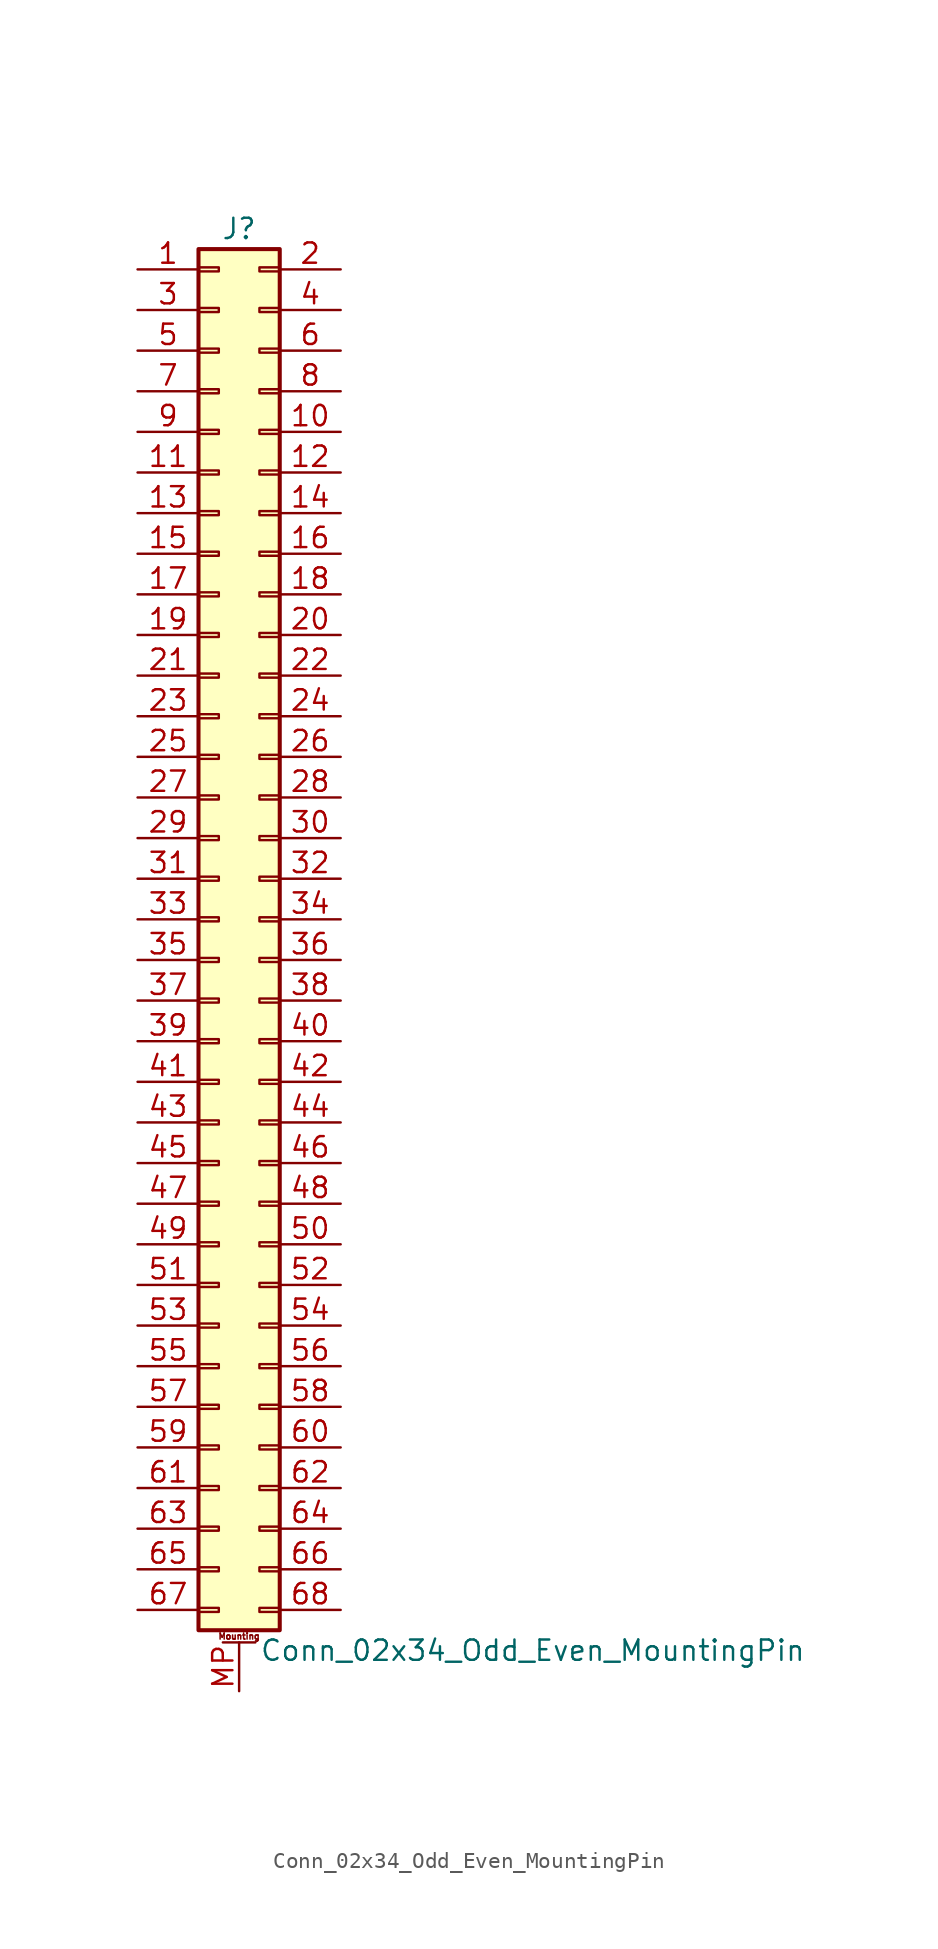
<source format=kicad_sym>
(kicad_symbol_lib
  (version 20211014)
  (generator kicad_symbol_editor)
  (symbol "Conn_02x34_Odd_Even_MountingPin"
    (pin_names
      (offset 1.016) hide)
    (property "Reference" "J"
      (at 1.27 43.18 0)
      (effects (font (size 1.27 1.27))))
    (property "Value" "Conn_02x34_Odd_Even_MountingPin"
      (at 2.54 -45.72 0)
      (effects (font (size 1.27 1.27)) (justify left)))
    (symbol "Conn_02x34_Odd_Even_MountingPin_1_1"
      (rectangle (start -1.27 -43.053) (end 0 -43.307) (stroke (width 0.152) (type default) (color 0 0 0 0)) (fill (type none)))
      (rectangle (start -1.27 -40.513) (end 0 -40.767) (stroke (width 0.152) (type default) (color 0 0 0 0)) (fill (type none)))
      (rectangle (start -1.27 -37.973) (end 0 -38.227) (stroke (width 0.152) (type default) (color 0 0 0 0)) (fill (type none)))
      (rectangle (start -1.27 -35.433) (end 0 -35.687) (stroke (width 0.152) (type default) (color 0 0 0 0)) (fill (type none)))
      (rectangle (start -1.27 -32.893) (end 0 -33.147) (stroke (width 0.152) (type default) (color 0 0 0 0)) (fill (type none)))
      (rectangle (start -1.27 -30.353) (end 0 -30.607) (stroke (width 0.152) (type default) (color 0 0 0 0)) (fill (type none)))
      (rectangle (start -1.27 -27.813) (end 0 -28.067) (stroke (width 0.152) (type default) (color 0 0 0 0)) (fill (type none)))
      (rectangle (start -1.27 -25.273) (end 0 -25.527) (stroke (width 0.152) (type default) (color 0 0 0 0)) (fill (type none)))
      (rectangle (start -1.27 -22.733) (end 0 -22.987) (stroke (width 0.152) (type default) (color 0 0 0 0)) (fill (type none)))
      (rectangle (start -1.27 -20.193) (end 0 -20.447) (stroke (width 0.152) (type default) (color 0 0 0 0)) (fill (type none)))
      (rectangle (start -1.27 -17.653) (end 0 -17.907) (stroke (width 0.152) (type default) (color 0 0 0 0)) (fill (type none)))
      (rectangle (start -1.27 -15.113) (end 0 -15.367) (stroke (width 0.152) (type default) (color 0 0 0 0)) (fill (type none)))
      (rectangle (start -1.27 -12.573) (end 0 -12.827) (stroke (width 0.152) (type default) (color 0 0 0 0)) (fill (type none)))
      (rectangle (start -1.27 -10.033) (end 0 -10.287) (stroke (width 0.152) (type default) (color 0 0 0 0)) (fill (type none)))
      (rectangle (start -1.27 -7.493) (end 0 -7.747) (stroke (width 0.152) (type default) (color 0 0 0 0)) (fill (type none)))
      (rectangle (start -1.27 -4.953) (end 0 -5.207) (stroke (width 0.152) (type default) (color 0 0 0 0)) (fill (type none)))
      (rectangle (start -1.27 -2.413) (end 0 -2.667) (stroke (width 0.152) (type default) (color 0 0 0 0)) (fill (type none)))
      (rectangle (start -1.27 0.127) (end 0 -0.127) (stroke (width 0.152) (type default) (color 0 0 0 0)) (fill (type none)))
      (rectangle (start -1.27 2.667) (end 0 2.413) (stroke (width 0.152) (type default) (color 0 0 0 0)) (fill (type none)))
      (rectangle (start -1.27 5.207) (end 0 4.953) (stroke (width 0.152) (type default) (color 0 0 0 0)) (fill (type none)))
      (rectangle (start -1.27 7.747) (end 0 7.493) (stroke (width 0.152) (type default) (color 0 0 0 0)) (fill (type none)))
      (rectangle (start -1.27 10.287) (end 0 10.033) (stroke (width 0.152) (type default) (color 0 0 0 0)) (fill (type none)))
      (rectangle (start -1.27 12.827) (end 0 12.573) (stroke (width 0.152) (type default) (color 0 0 0 0)) (fill (type none)))
      (rectangle (start -1.27 15.367) (end 0 15.113) (stroke (width 0.152) (type default) (color 0 0 0 0)) (fill (type none)))
      (rectangle (start -1.27 17.907) (end 0 17.653) (stroke (width 0.152) (type default) (color 0 0 0 0)) (fill (type none)))
      (rectangle (start -1.27 20.447) (end 0 20.193) (stroke (width 0.152) (type default) (color 0 0 0 0)) (fill (type none)))
      (rectangle (start -1.27 22.987) (end 0 22.733) (stroke (width 0.152) (type default) (color 0 0 0 0)) (fill (type none)))
      (rectangle (start -1.27 25.527) (end 0 25.273) (stroke (width 0.152) (type default) (color 0 0 0 0)) (fill (type none)))
      (rectangle (start -1.27 28.067) (end 0 27.813) (stroke (width 0.152) (type default) (color 0 0 0 0)) (fill (type none)))
      (rectangle (start -1.27 30.607) (end 0 30.353) (stroke (width 0.152) (type default) (color 0 0 0 0)) (fill (type none)))
      (rectangle (start -1.27 33.147) (end 0 32.893) (stroke (width 0.152) (type default) (color 0 0 0 0)) (fill (type none)))
      (rectangle (start -1.27 35.687) (end 0 35.433) (stroke (width 0.152) (type default) (color 0 0 0 0)) (fill (type none)))
      (rectangle (start -1.27 38.227) (end 0 37.973) (stroke (width 0.152) (type default) (color 0 0 0 0)) (fill (type none)))
      (rectangle (start -1.27 40.767) (end 0 40.513) (stroke (width 0.152) (type default) (color 0 0 0 0)) (fill (type none)))
      (rectangle (start -1.27 41.91) (end 3.81 -44.45) (stroke (width 0.254) (type default) (color 0 0 0 0)) (fill (type background)))
      (polyline (pts (xy 0.254 -45.212) (xy 2.286 -45.212)) (stroke (width 0.152) (type default) (color 0 0 0 0)) (fill (type none)))
      (rectangle (start 3.81 -43.053) (end 2.54 -43.307) (stroke (width 0.152) (type default) (color 0 0 0 0)) (fill (type none)))
      (rectangle (start 3.81 -40.513) (end 2.54 -40.767) (stroke (width 0.152) (type default) (color 0 0 0 0)) (fill (type none)))
      (rectangle (start 3.81 -37.973) (end 2.54 -38.227) (stroke (width 0.152) (type default) (color 0 0 0 0)) (fill (type none)))
      (rectangle (start 3.81 -35.433) (end 2.54 -35.687) (stroke (width 0.152) (type default) (color 0 0 0 0)) (fill (type none)))
      (rectangle (start 3.81 -32.893) (end 2.54 -33.147) (stroke (width 0.152) (type default) (color 0 0 0 0)) (fill (type none)))
      (rectangle (start 3.81 -30.353) (end 2.54 -30.607) (stroke (width 0.152) (type default) (color 0 0 0 0)) (fill (type none)))
      (rectangle (start 3.81 -27.813) (end 2.54 -28.067) (stroke (width 0.152) (type default) (color 0 0 0 0)) (fill (type none)))
      (rectangle (start 3.81 -25.273) (end 2.54 -25.527) (stroke (width 0.152) (type default) (color 0 0 0 0)) (fill (type none)))
      (rectangle (start 3.81 -22.733) (end 2.54 -22.987) (stroke (width 0.152) (type default) (color 0 0 0 0)) (fill (type none)))
      (rectangle (start 3.81 -20.193) (end 2.54 -20.447) (stroke (width 0.152) (type default) (color 0 0 0 0)) (fill (type none)))
      (rectangle (start 3.81 -17.653) (end 2.54 -17.907) (stroke (width 0.152) (type default) (color 0 0 0 0)) (fill (type none)))
      (rectangle (start 3.81 -15.113) (end 2.54 -15.367) (stroke (width 0.152) (type default) (color 0 0 0 0)) (fill (type none)))
      (rectangle (start 3.81 -12.573) (end 2.54 -12.827) (stroke (width 0.152) (type default) (color 0 0 0 0)) (fill (type none)))
      (rectangle (start 3.81 -10.033) (end 2.54 -10.287) (stroke (width 0.152) (type default) (color 0 0 0 0)) (fill (type none)))
      (rectangle (start 3.81 -7.493) (end 2.54 -7.747) (stroke (width 0.152) (type default) (color 0 0 0 0)) (fill (type none)))
      (rectangle (start 3.81 -4.953) (end 2.54 -5.207) (stroke (width 0.152) (type default) (color 0 0 0 0)) (fill (type none)))
      (rectangle (start 3.81 -2.413) (end 2.54 -2.667) (stroke (width 0.152) (type default) (color 0 0 0 0)) (fill (type none)))
      (rectangle (start 3.81 0.127) (end 2.54 -0.127) (stroke (width 0.152) (type default) (color 0 0 0 0)) (fill (type none)))
      (rectangle (start 3.81 2.667) (end 2.54 2.413) (stroke (width 0.152) (type default) (color 0 0 0 0)) (fill (type none)))
      (rectangle (start 3.81 5.207) (end 2.54 4.953) (stroke (width 0.152) (type default) (color 0 0 0 0)) (fill (type none)))
      (rectangle (start 3.81 7.747) (end 2.54 7.493) (stroke (width 0.152) (type default) (color 0 0 0 0)) (fill (type none)))
      (rectangle (start 3.81 10.287) (end 2.54 10.033) (stroke (width 0.152) (type default) (color 0 0 0 0)) (fill (type none)))
      (rectangle (start 3.81 12.827) (end 2.54 12.573) (stroke (width 0.152) (type default) (color 0 0 0 0)) (fill (type none)))
      (rectangle (start 3.81 15.367) (end 2.54 15.113) (stroke (width 0.152) (type default) (color 0 0 0 0)) (fill (type none)))
      (rectangle (start 3.81 17.907) (end 2.54 17.653) (stroke (width 0.152) (type default) (color 0 0 0 0)) (fill (type none)))
      (rectangle (start 3.81 20.447) (end 2.54 20.193) (stroke (width 0.152) (type default) (color 0 0 0 0)) (fill (type none)))
      (rectangle (start 3.81 22.987) (end 2.54 22.733) (stroke (width 0.152) (type default) (color 0 0 0 0)) (fill (type none)))
      (rectangle (start 3.81 25.527) (end 2.54 25.273) (stroke (width 0.152) (type default) (color 0 0 0 0)) (fill (type none)))
      (rectangle (start 3.81 28.067) (end 2.54 27.813) (stroke (width 0.152) (type default) (color 0 0 0 0)) (fill (type none)))
      (rectangle (start 3.81 30.607) (end 2.54 30.353) (stroke (width 0.152) (type default) (color 0 0 0 0)) (fill (type none)))
      (rectangle (start 3.81 33.147) (end 2.54 32.893) (stroke (width 0.152) (type default) (color 0 0 0 0)) (fill (type none)))
      (rectangle (start 3.81 35.687) (end 2.54 35.433) (stroke (width 0.152) (type default) (color 0 0 0 0)) (fill (type none)))
      (rectangle (start 3.81 38.227) (end 2.54 37.973) (stroke (width 0.152) (type default) (color 0 0 0 0)) (fill (type none)))
      (rectangle (start 3.81 40.767) (end 2.54 40.513) (stroke (width 0.152) (type default) (color 0 0 0 0)) (fill (type none)))
      (text "Mounting" (at 1.27 -44.831 0) (effects (font (size 0.381 0.381))))
      (pin passive line (at -5.08 40.64 0) (length 3.81) (name "Pin_1" (effects (font (size 1.27 1.27)))) (number "1" (effects (font (size 1.27 1.27)))))
      (pin passive line (at 7.62 30.48 180) (length 3.81) (name "Pin_10" (effects (font (size 1.27 1.27)))) (number "10" (effects (font (size 1.27 1.27)))))
      (pin passive line (at -5.08 27.94 0) (length 3.81) (name "Pin_11" (effects (font (size 1.27 1.27)))) (number "11" (effects (font (size 1.27 1.27)))))
      (pin passive line (at 7.62 27.94 180) (length 3.81) (name "Pin_12" (effects (font (size 1.27 1.27)))) (number "12" (effects (font (size 1.27 1.27)))))
      (pin passive line (at -5.08 25.4 0) (length 3.81) (name "Pin_13" (effects (font (size 1.27 1.27)))) (number "13" (effects (font (size 1.27 1.27)))))
      (pin passive line (at 7.62 25.4 180) (length 3.81) (name "Pin_14" (effects (font (size 1.27 1.27)))) (number "14" (effects (font (size 1.27 1.27)))))
      (pin passive line (at -5.08 22.86 0) (length 3.81) (name "Pin_15" (effects (font (size 1.27 1.27)))) (number "15" (effects (font (size 1.27 1.27)))))
      (pin passive line (at 7.62 22.86 180) (length 3.81) (name "Pin_16" (effects (font (size 1.27 1.27)))) (number "16" (effects (font (size 1.27 1.27)))))
      (pin passive line (at -5.08 20.32 0) (length 3.81) (name "Pin_17" (effects (font (size 1.27 1.27)))) (number "17" (effects (font (size 1.27 1.27)))))
      (pin passive line (at 7.62 20.32 180) (length 3.81) (name "Pin_18" (effects (font (size 1.27 1.27)))) (number "18" (effects (font (size 1.27 1.27)))))
      (pin passive line (at -5.08 17.78 0) (length 3.81) (name "Pin_19" (effects (font (size 1.27 1.27)))) (number "19" (effects (font (size 1.27 1.27)))))
      (pin passive line (at 7.62 40.64 180) (length 3.81) (name "Pin_2" (effects (font (size 1.27 1.27)))) (number "2" (effects (font (size 1.27 1.27)))))
      (pin passive line (at 7.62 17.78 180) (length 3.81) (name "Pin_20" (effects (font (size 1.27 1.27)))) (number "20" (effects (font (size 1.27 1.27)))))
      (pin passive line (at -5.08 15.24 0) (length 3.81) (name "Pin_21" (effects (font (size 1.27 1.27)))) (number "21" (effects (font (size 1.27 1.27)))))
      (pin passive line (at 7.62 15.24 180) (length 3.81) (name "Pin_22" (effects (font (size 1.27 1.27)))) (number "22" (effects (font (size 1.27 1.27)))))
      (pin passive line (at -5.08 12.7 0) (length 3.81) (name "Pin_23" (effects (font (size 1.27 1.27)))) (number "23" (effects (font (size 1.27 1.27)))))
      (pin passive line (at 7.62 12.7 180) (length 3.81) (name "Pin_24" (effects (font (size 1.27 1.27)))) (number "24" (effects (font (size 1.27 1.27)))))
      (pin passive line (at -5.08 10.16 0) (length 3.81) (name "Pin_25" (effects (font (size 1.27 1.27)))) (number "25" (effects (font (size 1.27 1.27)))))
      (pin passive line (at 7.62 10.16 180) (length 3.81) (name "Pin_26" (effects (font (size 1.27 1.27)))) (number "26" (effects (font (size 1.27 1.27)))))
      (pin passive line (at -5.08 7.62 0) (length 3.81) (name "Pin_27" (effects (font (size 1.27 1.27)))) (number "27" (effects (font (size 1.27 1.27)))))
      (pin passive line (at 7.62 7.62 180) (length 3.81) (name "Pin_28" (effects (font (size 1.27 1.27)))) (number "28" (effects (font (size 1.27 1.27)))))
      (pin passive line (at -5.08 5.08 0) (length 3.81) (name "Pin_29" (effects (font (size 1.27 1.27)))) (number "29" (effects (font (size 1.27 1.27)))))
      (pin passive line (at -5.08 38.1 0) (length 3.81) (name "Pin_3" (effects (font (size 1.27 1.27)))) (number "3" (effects (font (size 1.27 1.27)))))
      (pin passive line (at 7.62 5.08 180) (length 3.81) (name "Pin_30" (effects (font (size 1.27 1.27)))) (number "30" (effects (font (size 1.27 1.27)))))
      (pin passive line (at -5.08 2.54 0) (length 3.81) (name "Pin_31" (effects (font (size 1.27 1.27)))) (number "31" (effects (font (size 1.27 1.27)))))
      (pin passive line (at 7.62 2.54 180) (length 3.81) (name "Pin_32" (effects (font (size 1.27 1.27)))) (number "32" (effects (font (size 1.27 1.27)))))
      (pin passive line (at -5.08 0 0) (length 3.81) (name "Pin_33" (effects (font (size 1.27 1.27)))) (number "33" (effects (font (size 1.27 1.27)))))
      (pin passive line (at 7.62 0 180) (length 3.81) (name "Pin_34" (effects (font (size 1.27 1.27)))) (number "34" (effects (font (size 1.27 1.27)))))
      (pin passive line (at -5.08 -2.54 0) (length 3.81) (name "Pin_35" (effects (font (size 1.27 1.27)))) (number "35" (effects (font (size 1.27 1.27)))))
      (pin passive line (at 7.62 -2.54 180) (length 3.81) (name "Pin_36" (effects (font (size 1.27 1.27)))) (number "36" (effects (font (size 1.27 1.27)))))
      (pin passive line (at -5.08 -5.08 0) (length 3.81) (name "Pin_37" (effects (font (size 1.27 1.27)))) (number "37" (effects (font (size 1.27 1.27)))))
      (pin passive line (at 7.62 -5.08 180) (length 3.81) (name "Pin_38" (effects (font (size 1.27 1.27)))) (number "38" (effects (font (size 1.27 1.27)))))
      (pin passive line (at -5.08 -7.62 0) (length 3.81) (name "Pin_39" (effects (font (size 1.27 1.27)))) (number "39" (effects (font (size 1.27 1.27)))))
      (pin passive line (at 7.62 38.1 180) (length 3.81) (name "Pin_4" (effects (font (size 1.27 1.27)))) (number "4" (effects (font (size 1.27 1.27)))))
      (pin passive line (at 7.62 -7.62 180) (length 3.81) (name "Pin_40" (effects (font (size 1.27 1.27)))) (number "40" (effects (font (size 1.27 1.27)))))
      (pin passive line (at -5.08 -10.16 0) (length 3.81) (name "Pin_41" (effects (font (size 1.27 1.27)))) (number "41" (effects (font (size 1.27 1.27)))))
      (pin passive line (at 7.62 -10.16 180) (length 3.81) (name "Pin_42" (effects (font (size 1.27 1.27)))) (number "42" (effects (font (size 1.27 1.27)))))
      (pin passive line (at -5.08 -12.7 0) (length 3.81) (name "Pin_43" (effects (font (size 1.27 1.27)))) (number "43" (effects (font (size 1.27 1.27)))))
      (pin passive line (at 7.62 -12.7 180) (length 3.81) (name "Pin_44" (effects (font (size 1.27 1.27)))) (number "44" (effects (font (size 1.27 1.27)))))
      (pin passive line (at -5.08 -15.24 0) (length 3.81) (name "Pin_45" (effects (font (size 1.27 1.27)))) (number "45" (effects (font (size 1.27 1.27)))))
      (pin passive line (at 7.62 -15.24 180) (length 3.81) (name "Pin_46" (effects (font (size 1.27 1.27)))) (number "46" (effects (font (size 1.27 1.27)))))
      (pin passive line (at -5.08 -17.78 0) (length 3.81) (name "Pin_47" (effects (font (size 1.27 1.27)))) (number "47" (effects (font (size 1.27 1.27)))))
      (pin passive line (at 7.62 -17.78 180) (length 3.81) (name "Pin_48" (effects (font (size 1.27 1.27)))) (number "48" (effects (font (size 1.27 1.27)))))
      (pin passive line (at -5.08 -20.32 0) (length 3.81) (name "Pin_49" (effects (font (size 1.27 1.27)))) (number "49" (effects (font (size 1.27 1.27)))))
      (pin passive line (at -5.08 35.56 0) (length 3.81) (name "Pin_5" (effects (font (size 1.27 1.27)))) (number "5" (effects (font (size 1.27 1.27)))))
      (pin passive line (at 7.62 -20.32 180) (length 3.81) (name "Pin_50" (effects (font (size 1.27 1.27)))) (number "50" (effects (font (size 1.27 1.27)))))
      (pin passive line (at -5.08 -22.86 0) (length 3.81) (name "Pin_51" (effects (font (size 1.27 1.27)))) (number "51" (effects (font (size 1.27 1.27)))))
      (pin passive line (at 7.62 -22.86 180) (length 3.81) (name "Pin_52" (effects (font (size 1.27 1.27)))) (number "52" (effects (font (size 1.27 1.27)))))
      (pin passive line (at -5.08 -25.4 0) (length 3.81) (name "Pin_53" (effects (font (size 1.27 1.27)))) (number "53" (effects (font (size 1.27 1.27)))))
      (pin passive line (at 7.62 -25.4 180) (length 3.81) (name "Pin_54" (effects (font (size 1.27 1.27)))) (number "54" (effects (font (size 1.27 1.27)))))
      (pin passive line (at -5.08 -27.94 0) (length 3.81) (name "Pin_55" (effects (font (size 1.27 1.27)))) (number "55" (effects (font (size 1.27 1.27)))))
      (pin passive line (at 7.62 -27.94 180) (length 3.81) (name "Pin_56" (effects (font (size 1.27 1.27)))) (number "56" (effects (font (size 1.27 1.27)))))
      (pin passive line (at -5.08 -30.48 0) (length 3.81) (name "Pin_57" (effects (font (size 1.27 1.27)))) (number "57" (effects (font (size 1.27 1.27)))))
      (pin passive line (at 7.62 -30.48 180) (length 3.81) (name "Pin_58" (effects (font (size 1.27 1.27)))) (number "58" (effects (font (size 1.27 1.27)))))
      (pin passive line (at -5.08 -33.02 0) (length 3.81) (name "Pin_59" (effects (font (size 1.27 1.27)))) (number "59" (effects (font (size 1.27 1.27)))))
      (pin passive line (at 7.62 35.56 180) (length 3.81) (name "Pin_6" (effects (font (size 1.27 1.27)))) (number "6" (effects (font (size 1.27 1.27)))))
      (pin passive line (at 7.62 -33.02 180) (length 3.81) (name "Pin_60" (effects (font (size 1.27 1.27)))) (number "60" (effects (font (size 1.27 1.27)))))
      (pin passive line (at -5.08 -35.56 0) (length 3.81) (name "Pin_61" (effects (font (size 1.27 1.27)))) (number "61" (effects (font (size 1.27 1.27)))))
      (pin passive line (at 7.62 -35.56 180) (length 3.81) (name "Pin_62" (effects (font (size 1.27 1.27)))) (number "62" (effects (font (size 1.27 1.27)))))
      (pin passive line (at -5.08 -38.1 0) (length 3.81) (name "Pin_63" (effects (font (size 1.27 1.27)))) (number "63" (effects (font (size 1.27 1.27)))))
      (pin passive line (at 7.62 -38.1 180) (length 3.81) (name "Pin_64" (effects (font (size 1.27 1.27)))) (number "64" (effects (font (size 1.27 1.27)))))
      (pin passive line (at -5.08 -40.64 0) (length 3.81) (name "Pin_65" (effects (font (size 1.27 1.27)))) (number "65" (effects (font (size 1.27 1.27)))))
      (pin passive line (at 7.62 -40.64 180) (length 3.81) (name "Pin_66" (effects (font (size 1.27 1.27)))) (number "66" (effects (font (size 1.27 1.27)))))
      (pin passive line (at -5.08 -43.18 0) (length 3.81) (name "Pin_67" (effects (font (size 1.27 1.27)))) (number "67" (effects (font (size 1.27 1.27)))))
      (pin passive line (at 7.62 -43.18 180) (length 3.81) (name "Pin_68" (effects (font (size 1.27 1.27)))) (number "68" (effects (font (size 1.27 1.27)))))
      (pin passive line (at -5.08 33.02 0) (length 3.81) (name "Pin_7" (effects (font (size 1.27 1.27)))) (number "7" (effects (font (size 1.27 1.27)))))
      (pin passive line (at 7.62 33.02 180) (length 3.81) (name "Pin_8" (effects (font (size 1.27 1.27)))) (number "8" (effects (font (size 1.27 1.27)))))
      (pin passive line (at -5.08 30.48 0) (length 3.81) (name "Pin_9" (effects (font (size 1.27 1.27)))) (number "9" (effects (font (size 1.27 1.27)))))
      (pin passive line (at 1.27 -48.26 90) (length 3.048) (name "MountPin" (effects (font (size 1.27 1.27)))) (number "MP" (effects (font (size 1.27 1.27))))))))
</source>
